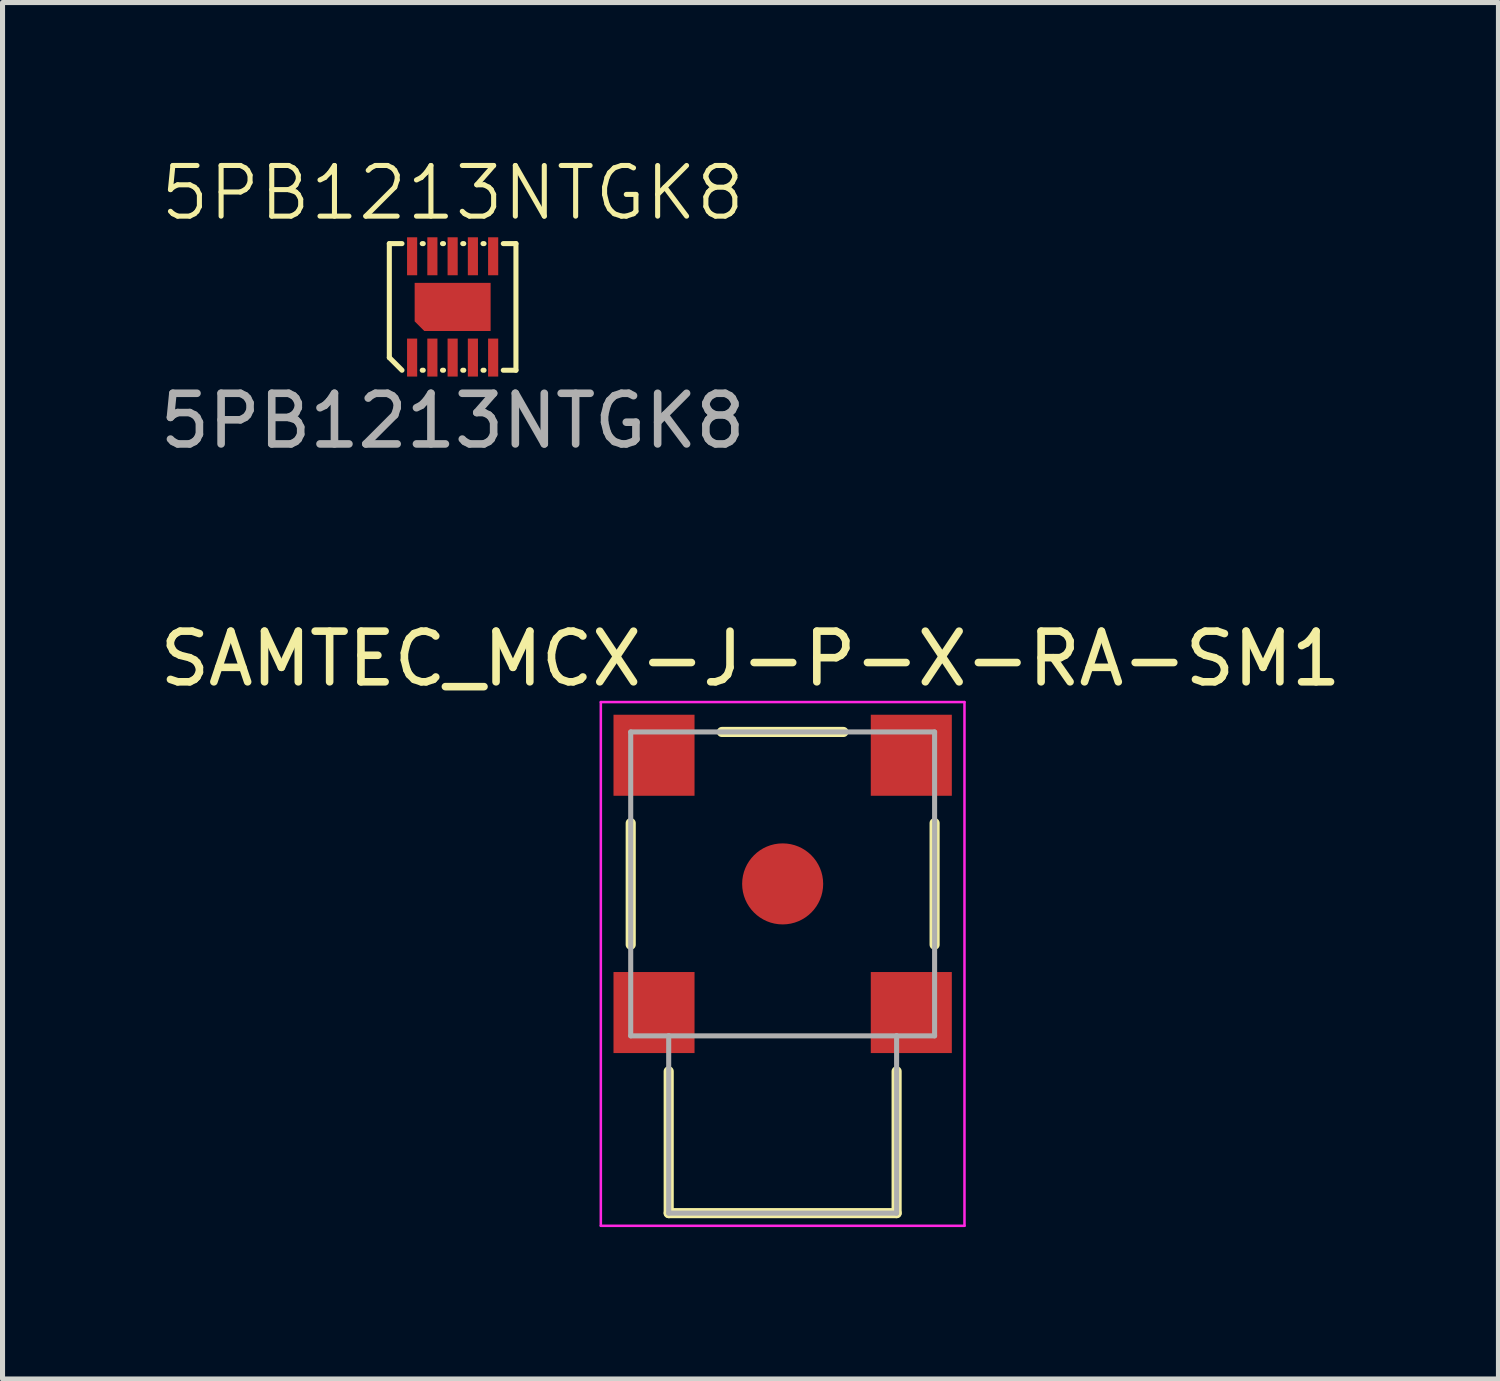
<source format=kicad_pcb>
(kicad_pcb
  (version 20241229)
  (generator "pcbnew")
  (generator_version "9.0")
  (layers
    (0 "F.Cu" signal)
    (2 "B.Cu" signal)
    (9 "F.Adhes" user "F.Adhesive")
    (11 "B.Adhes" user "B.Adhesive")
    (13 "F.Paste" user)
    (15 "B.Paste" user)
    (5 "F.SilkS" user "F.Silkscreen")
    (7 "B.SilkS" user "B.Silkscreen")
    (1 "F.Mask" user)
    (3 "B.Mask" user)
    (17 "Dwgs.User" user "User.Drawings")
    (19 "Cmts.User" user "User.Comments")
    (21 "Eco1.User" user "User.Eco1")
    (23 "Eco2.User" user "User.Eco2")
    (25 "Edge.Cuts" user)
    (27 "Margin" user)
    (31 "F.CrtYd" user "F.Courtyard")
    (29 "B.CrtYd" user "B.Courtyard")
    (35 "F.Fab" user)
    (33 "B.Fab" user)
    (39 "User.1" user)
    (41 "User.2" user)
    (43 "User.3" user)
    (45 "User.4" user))
  (footprint "5PB1213NTGK8"
    (layer "F.Cu")
    (at 5.887 3.01)
    (property "Reference" "5PB1213NTGK8" (at 0 -2.25 0) (unlocked yes) (layer "F.SilkS") (effects (font (size 1 1) (thickness 0.1))))
    (attr smd)
    (fp_line (start -1.25 -1.25) (end -1.25 1) (stroke (width 0.1) (type default)) (layer "F.SilkS"))
    (fp_line (start -1.25 -1.25) (end -1 -1.25) (stroke (width 0.1) (type default)) (layer "F.SilkS"))
    (fp_line (start -1 1.25) (end -1.25 1) (stroke (width 0.1) (type default)) (layer "F.SilkS"))
    (fp_line (start -0.6 -1.25) (end -0.58 -1.25) (stroke (width 0.1) (type default)) (layer "F.SilkS"))
    (fp_line (start -0.6 1.25) (end -0.58 1.25) (stroke (width 0.1) (type default)) (layer "F.SilkS"))
    (fp_line (start -0.2 -1.25) (end -0.18 -1.25) (stroke (width 0.1) (type default)) (layer "F.SilkS"))
    (fp_line (start -0.2 1.25) (end -0.18 1.25) (stroke (width 0.1) (type default)) (layer "F.SilkS"))
    (fp_line (start 0.2 -1.25) (end 0.22 -1.25) (stroke (width 0.1) (type default)) (layer "F.SilkS"))
    (fp_line (start 0.2 1.25) (end 0.22 1.25) (stroke (width 0.1) (type default)) (layer "F.SilkS"))
    (fp_line (start 0.6 -1.25) (end 0.62 -1.25) (stroke (width 0.1) (type default)) (layer "F.SilkS"))
    (fp_line (start 0.6 1.25) (end 0.62 1.25) (stroke (width 0.1) (type default)) (layer "F.SilkS"))
    (fp_line (start 1.25 -1.25) (end 1 -1.25) (stroke (width 0.1) (type default)) (layer "F.SilkS"))
    (fp_line (start 1.25 -1.25) (end 1.25 1.25) (stroke (width 0.1) (type default)) (layer "F.SilkS"))
    (fp_line (start 1.25 1.25) (end 1 1.25) (stroke (width 0.1) (type default)) (layer "F.SilkS"))
    (fp_text user "${REFERENCE}" (at 0 2.25 0) (unlocked yes) (layer "F.Fab") (effects (font (size 1 1) (thickness 0.15))))
    (pad "1" smd rect (at -0.8 1) (size 0.2 0.75) (layers "F.Cu" "F.Mask" "F.Paste"))
    (pad "1" smd roundrect (at 0 0) (size 1.5 0.95) (layers "F.Cu" "F.Mask" "F.Paste") (roundrect_rratio 0) (chamfer_ratio 0.2) (chamfer bottom_left))
    (pad "2" smd rect (at -0.4 1) (size 0.2 0.75) (layers "F.Cu" "F.Mask" "F.Paste"))
    (pad "3" smd rect (at 0 1) (size 0.2 0.75) (layers "F.Cu" "F.Mask" "F.Paste"))
    (pad "4" smd rect (at 0.4 1) (size 0.2 0.75) (layers "F.Cu" "F.Mask" "F.Paste"))
    (pad "5" smd rect (at 0.8 1) (size 0.2 0.75) (layers "F.Cu" "F.Mask" "F.Paste"))
    (pad "6" smd rect (at 0.8 -1) (size 0.2 0.75) (layers "F.Cu" "F.Mask" "F.Paste"))
    (pad "7" smd rect (at 0.4 -1) (size 0.2 0.75) (layers "F.Cu" "F.Mask" "F.Paste"))
    (pad "8" smd rect (at 0 -1) (size 0.2 0.75) (layers "F.Cu" "F.Mask" "F.Paste"))
    (pad "9" smd rect (at -0.4 -1) (size 0.2 0.75) (layers "F.Cu" "F.Mask" "F.Paste"))
    (pad "10" smd rect (at -0.8 -1) (size 0.2 0.75) (layers "F.Cu" "F.Mask" "F.Paste")))
  (footprint "SAMTEC_MCX-J-P-X-RA-SM1"
    (layer "F.Cu")
    (at 12.403 14.402)
    (property "Reference" "SAMTEC_MCX-J-P-X-RA-SM1" (at -0.635 -4.445 0) (layer "F.SilkS") (effects (font (size 1 1) (thickness 0.15))))
    (attr smd)
    (fp_line (start -3 1.2) (end -3 -1.2) (stroke (width 0.2) (type solid)) (layer "F.SilkS"))
    (fp_line (start -2.25 3.7) (end -2.25 6.5) (stroke (width 0.2) (type solid)) (layer "F.SilkS"))
    (fp_line (start -2.25 6.5) (end 2.25 6.5) (stroke (width 0.2) (type solid)) (layer "F.SilkS"))
    (fp_line (start -1.2 -3) (end 1.2 -3) (stroke (width 0.2) (type solid)) (layer "F.SilkS"))
    (fp_line (start 2.25 6.5) (end 2.25 3.7) (stroke (width 0.2) (type solid)) (layer "F.SilkS"))
    (fp_line (start 3 1.2) (end 3 -1.2) (stroke (width 0.2) (type solid)) (layer "F.SilkS"))
    (fp_line (start -3.59 -3.59) (end 3.59 -3.59) (stroke (width 0.05) (type solid)) (layer "F.CrtYd"))
    (fp_line (start -3.59 6.75) (end -3.59 -3.59) (stroke (width 0.05) (type solid)) (layer "F.CrtYd"))
    (fp_line (start 3.59 -3.59) (end 3.59 6.75) (stroke (width 0.05) (type solid)) (layer "F.CrtYd"))
    (fp_line (start 3.59 6.75) (end -3.59 6.75) (stroke (width 0.05) (type solid)) (layer "F.CrtYd"))
    (fp_line (start -3 -3) (end 3 -3) (stroke (width 0.1) (type solid)) (layer "F.Fab"))
    (fp_line (start -3 3) (end -3 -3) (stroke (width 0.1) (type solid)) (layer "F.Fab"))
    (fp_line (start -2.25 3) (end -3 3) (stroke (width 0.1) (type solid)) (layer "F.Fab"))
    (fp_line (start -2.25 3) (end -2.25 6.5) (stroke (width 0.1) (type solid)) (layer "F.Fab"))
    (fp_line (start -2.25 6.5) (end 2.25 6.5) (stroke (width 0.1) (type solid)) (layer "F.Fab"))
    (fp_line (start 2.25 3) (end -2.25 3) (stroke (width 0.1) (type solid)) (layer "F.Fab"))
    (fp_line (start 2.25 6.5) (end 2.25 3) (stroke (width 0.1) (type solid)) (layer "F.Fab"))
    (fp_line (start 3 -3) (end 3 3) (stroke (width 0.1) (type solid)) (layer "F.Fab"))
    (fp_line (start 3 3) (end 2.25 3) (stroke (width 0.1) (type solid)) (layer "F.Fab"))
    (pad "1" smd circle (at 0 0) (size 1.6 1.6) (layers "F.Cu" "F.Mask" "F.Paste"))
    (pad "S1" smd rect (at -2.54 -2.54) (size 1.6 1.6) (layers "F.Cu" "F.Mask" "F.Paste"))
    (pad "S2" smd rect (at 2.54 -2.54) (size 1.6 1.6) (layers "F.Cu" "F.Mask" "F.Paste"))
    (pad "S3" smd rect (at 2.54 2.54) (size 1.6 1.6) (layers "F.Cu" "F.Mask" "F.Paste"))
    (pad "S4" smd rect (at -2.54 2.54) (size 1.6 1.6) (layers "F.Cu" "F.Mask" "F.Paste")))
  (gr_rect
    (start -3 -3)
    (end 26.536 24.177)
    (stroke (width 0.1) (type default))
    (fill no)
    (layer "Edge.Cuts")))
</source>
